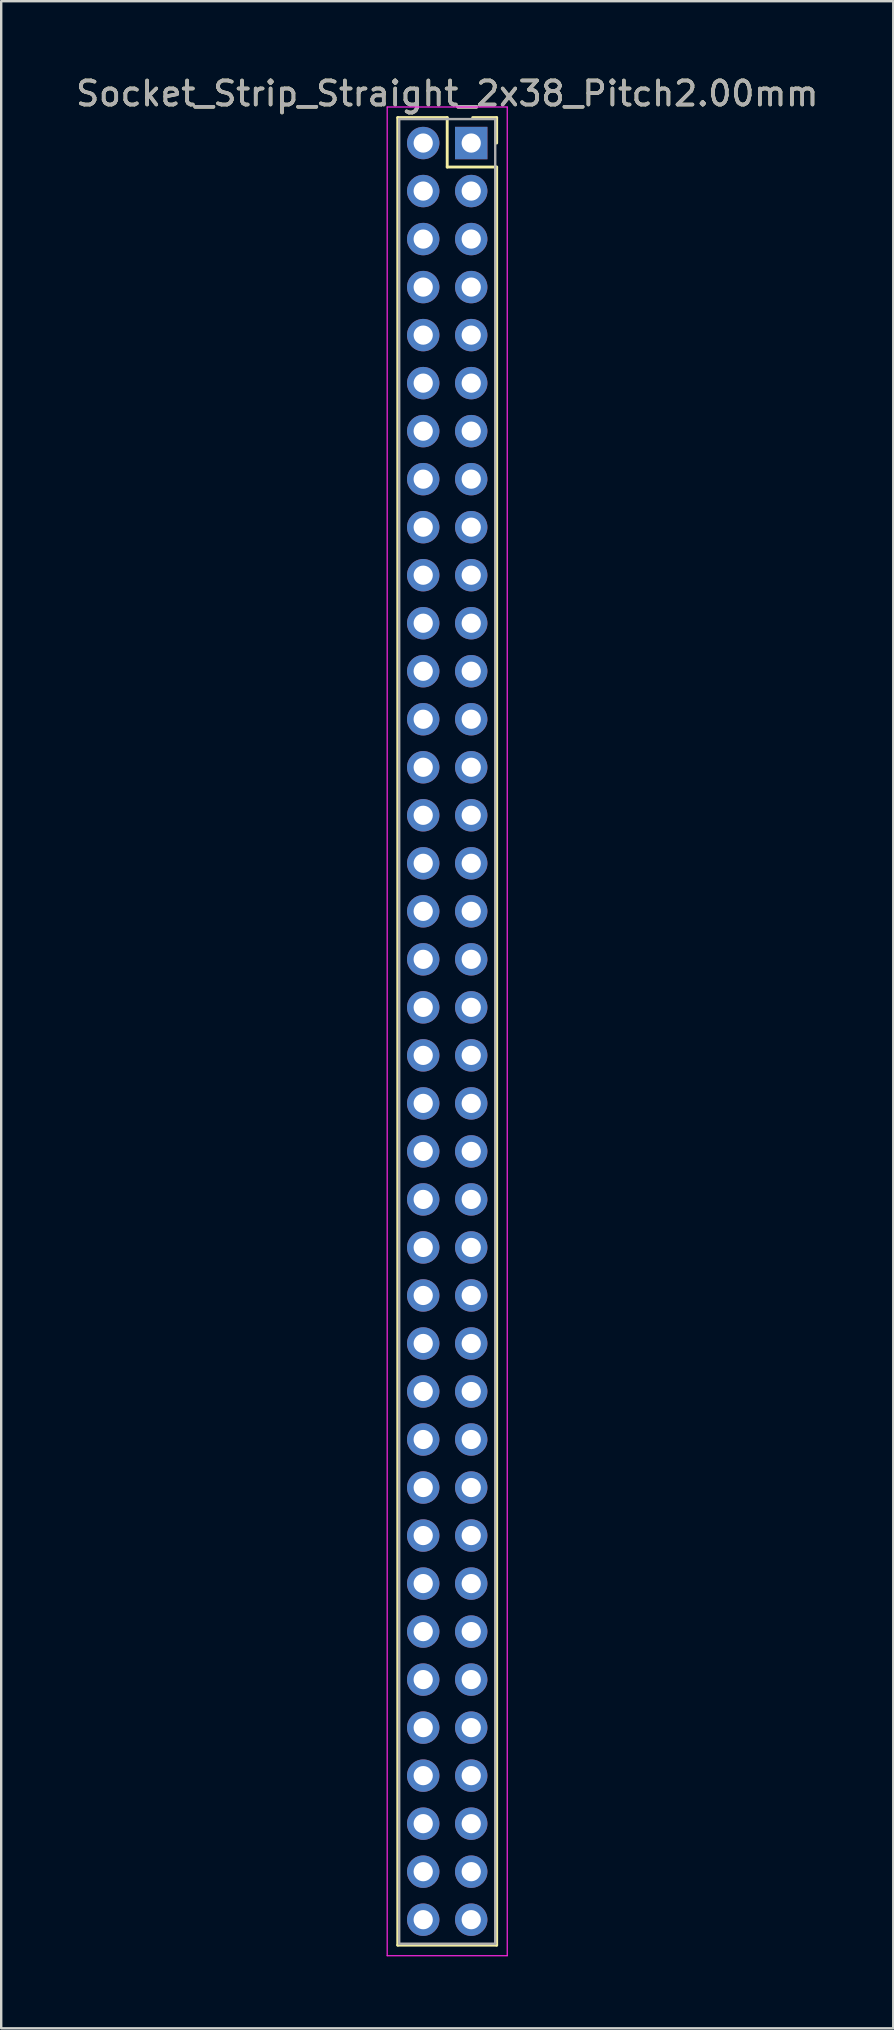
<source format=kicad_pcb>
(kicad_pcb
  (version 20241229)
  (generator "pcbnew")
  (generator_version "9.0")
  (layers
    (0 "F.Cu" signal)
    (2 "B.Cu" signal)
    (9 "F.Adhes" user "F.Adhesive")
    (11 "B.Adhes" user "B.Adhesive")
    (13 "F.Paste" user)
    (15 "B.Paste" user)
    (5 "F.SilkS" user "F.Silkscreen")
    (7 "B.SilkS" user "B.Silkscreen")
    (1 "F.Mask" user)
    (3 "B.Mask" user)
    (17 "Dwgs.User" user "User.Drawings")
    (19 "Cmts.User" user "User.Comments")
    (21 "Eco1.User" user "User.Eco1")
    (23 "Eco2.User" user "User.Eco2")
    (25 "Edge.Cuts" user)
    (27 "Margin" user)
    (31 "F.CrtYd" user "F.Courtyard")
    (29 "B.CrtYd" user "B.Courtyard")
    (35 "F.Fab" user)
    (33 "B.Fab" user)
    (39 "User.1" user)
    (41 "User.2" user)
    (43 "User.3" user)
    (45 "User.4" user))
  (footprint "Socket_Strip_Straight_2x38_Pitch2.00mm"
    (layer "F.Cu")
    (at 16.577 2.908)
    (property "Reference" "Socket_Strip_Straight_2x38_Pitch2.00mm" (at -1 -2.06 0) (layer "F.SilkS") (effects (font (size 1 1) (thickness 0.15))))
    (attr through_hole)
    (fp_line (start -3.06 -1.06) (end -1 -1.06) (stroke (width 0.12) (type solid)) (layer "F.SilkS"))
    (fp_line (start -3.06 75.06) (end -3.06 -1.06) (stroke (width 0.12) (type solid)) (layer "F.SilkS"))
    (fp_line (start -1 -1.06) (end -1 1) (stroke (width 0.12) (type solid)) (layer "F.SilkS"))
    (fp_line (start -1 1) (end 1.06 1) (stroke (width 0.12) (type solid)) (layer "F.SilkS"))
    (fp_line (start 1.06 -1.06) (end 0.06 -1.06) (stroke (width 0.12) (type solid)) (layer "F.SilkS"))
    (fp_line (start 1.06 0) (end 1.06 -1.06) (stroke (width 0.12) (type solid)) (layer "F.SilkS"))
    (fp_line (start 1.06 1) (end 1.06 75.06) (stroke (width 0.12) (type solid)) (layer "F.SilkS"))
    (fp_line (start 1.06 75.06) (end -3.06 75.06) (stroke (width 0.12) (type solid)) (layer "F.SilkS"))
    (fp_line (start -3.5 -1.5) (end -3.5 75.5) (stroke (width 0.05) (type solid)) (layer "F.CrtYd"))
    (fp_line (start -3.5 75.5) (end 1.5 75.5) (stroke (width 0.05) (type solid)) (layer "F.CrtYd"))
    (fp_line (start 1.5 -1.5) (end -3.5 -1.5) (stroke (width 0.05) (type solid)) (layer "F.CrtYd"))
    (fp_line (start 1.5 75.5) (end 1.5 -1.5) (stroke (width 0.05) (type solid)) (layer "F.CrtYd"))
    (fp_line (start -3 -1) (end -3 75) (stroke (width 0.1) (type solid)) (layer "F.Fab"))
    (fp_line (start -3 75) (end 1 75) (stroke (width 0.1) (type solid)) (layer "F.Fab"))
    (fp_line (start 1 -1) (end -3 -1) (stroke (width 0.1) (type solid)) (layer "F.Fab"))
    (fp_line (start 1 75) (end 1 -1) (stroke (width 0.1) (type solid)) (layer "F.Fab"))
    (fp_text user "${REFERENCE}" (at -1 -2.06 0) (layer "F.Fab") (effects (font (size 1 1) (thickness 0.15))))
    (pad "1" thru_hole rect (at 0 0) (size 1.35 1.35) (drill 0.8) (layers "*.Cu" "*.Mask"))
    (pad "2" thru_hole oval (at -2 0) (size 1.35 1.35) (drill 0.8) (layers "*.Cu" "*.Mask"))
    (pad "3" thru_hole oval (at 0 2) (size 1.35 1.35) (drill 0.8) (layers "*.Cu" "*.Mask"))
    (pad "4" thru_hole oval (at -2 2) (size 1.35 1.35) (drill 0.8) (layers "*.Cu" "*.Mask"))
    (pad "5" thru_hole oval (at 0 4) (size 1.35 1.35) (drill 0.8) (layers "*.Cu" "*.Mask"))
    (pad "6" thru_hole oval (at -2 4) (size 1.35 1.35) (drill 0.8) (layers "*.Cu" "*.Mask"))
    (pad "7" thru_hole oval (at 0 6) (size 1.35 1.35) (drill 0.8) (layers "*.Cu" "*.Mask"))
    (pad "8" thru_hole oval (at -2 6) (size 1.35 1.35) (drill 0.8) (layers "*.Cu" "*.Mask"))
    (pad "9" thru_hole oval (at 0 8) (size 1.35 1.35) (drill 0.8) (layers "*.Cu" "*.Mask"))
    (pad "10" thru_hole oval (at -2 8) (size 1.35 1.35) (drill 0.8) (layers "*.Cu" "*.Mask"))
    (pad "11" thru_hole oval (at 0 10) (size 1.35 1.35) (drill 0.8) (layers "*.Cu" "*.Mask"))
    (pad "12" thru_hole oval (at -2 10) (size 1.35 1.35) (drill 0.8) (layers "*.Cu" "*.Mask"))
    (pad "13" thru_hole oval (at 0 12) (size 1.35 1.35) (drill 0.8) (layers "*.Cu" "*.Mask"))
    (pad "14" thru_hole oval (at -2 12) (size 1.35 1.35) (drill 0.8) (layers "*.Cu" "*.Mask"))
    (pad "15" thru_hole oval (at 0 14) (size 1.35 1.35) (drill 0.8) (layers "*.Cu" "*.Mask"))
    (pad "16" thru_hole oval (at -2 14) (size 1.35 1.35) (drill 0.8) (layers "*.Cu" "*.Mask"))
    (pad "17" thru_hole oval (at 0 16) (size 1.35 1.35) (drill 0.8) (layers "*.Cu" "*.Mask"))
    (pad "18" thru_hole oval (at -2 16) (size 1.35 1.35) (drill 0.8) (layers "*.Cu" "*.Mask"))
    (pad "19" thru_hole oval (at 0 18) (size 1.35 1.35) (drill 0.8) (layers "*.Cu" "*.Mask"))
    (pad "20" thru_hole oval (at -2 18) (size 1.35 1.35) (drill 0.8) (layers "*.Cu" "*.Mask"))
    (pad "21" thru_hole oval (at 0 20) (size 1.35 1.35) (drill 0.8) (layers "*.Cu" "*.Mask"))
    (pad "22" thru_hole oval (at -2 20) (size 1.35 1.35) (drill 0.8) (layers "*.Cu" "*.Mask"))
    (pad "23" thru_hole oval (at 0 22) (size 1.35 1.35) (drill 0.8) (layers "*.Cu" "*.Mask"))
    (pad "24" thru_hole oval (at -2 22) (size 1.35 1.35) (drill 0.8) (layers "*.Cu" "*.Mask"))
    (pad "25" thru_hole oval (at 0 24) (size 1.35 1.35) (drill 0.8) (layers "*.Cu" "*.Mask"))
    (pad "26" thru_hole oval (at -2 24) (size 1.35 1.35) (drill 0.8) (layers "*.Cu" "*.Mask"))
    (pad "27" thru_hole oval (at 0 26) (size 1.35 1.35) (drill 0.8) (layers "*.Cu" "*.Mask"))
    (pad "28" thru_hole oval (at -2 26) (size 1.35 1.35) (drill 0.8) (layers "*.Cu" "*.Mask"))
    (pad "29" thru_hole oval (at 0 28) (size 1.35 1.35) (drill 0.8) (layers "*.Cu" "*.Mask"))
    (pad "30" thru_hole oval (at -2 28) (size 1.35 1.35) (drill 0.8) (layers "*.Cu" "*.Mask"))
    (pad "31" thru_hole oval (at 0 30) (size 1.35 1.35) (drill 0.8) (layers "*.Cu" "*.Mask"))
    (pad "32" thru_hole oval (at -2 30) (size 1.35 1.35) (drill 0.8) (layers "*.Cu" "*.Mask"))
    (pad "33" thru_hole oval (at 0 32) (size 1.35 1.35) (drill 0.8) (layers "*.Cu" "*.Mask"))
    (pad "34" thru_hole oval (at -2 32) (size 1.35 1.35) (drill 0.8) (layers "*.Cu" "*.Mask"))
    (pad "35" thru_hole oval (at 0 34) (size 1.35 1.35) (drill 0.8) (layers "*.Cu" "*.Mask"))
    (pad "36" thru_hole oval (at -2 34) (size 1.35 1.35) (drill 0.8) (layers "*.Cu" "*.Mask"))
    (pad "37" thru_hole oval (at 0 36) (size 1.35 1.35) (drill 0.8) (layers "*.Cu" "*.Mask"))
    (pad "38" thru_hole oval (at -2 36) (size 1.35 1.35) (drill 0.8) (layers "*.Cu" "*.Mask"))
    (pad "39" thru_hole oval (at 0 38) (size 1.35 1.35) (drill 0.8) (layers "*.Cu" "*.Mask"))
    (pad "40" thru_hole oval (at -2 38) (size 1.35 1.35) (drill 0.8) (layers "*.Cu" "*.Mask"))
    (pad "41" thru_hole oval (at 0 40) (size 1.35 1.35) (drill 0.8) (layers "*.Cu" "*.Mask"))
    (pad "42" thru_hole oval (at -2 40) (size 1.35 1.35) (drill 0.8) (layers "*.Cu" "*.Mask"))
    (pad "43" thru_hole oval (at 0 42) (size 1.35 1.35) (drill 0.8) (layers "*.Cu" "*.Mask"))
    (pad "44" thru_hole oval (at -2 42) (size 1.35 1.35) (drill 0.8) (layers "*.Cu" "*.Mask"))
    (pad "45" thru_hole oval (at 0 44) (size 1.35 1.35) (drill 0.8) (layers "*.Cu" "*.Mask"))
    (pad "46" thru_hole oval (at -2 44) (size 1.35 1.35) (drill 0.8) (layers "*.Cu" "*.Mask"))
    (pad "47" thru_hole oval (at 0 46) (size 1.35 1.35) (drill 0.8) (layers "*.Cu" "*.Mask"))
    (pad "48" thru_hole oval (at -2 46) (size 1.35 1.35) (drill 0.8) (layers "*.Cu" "*.Mask"))
    (pad "49" thru_hole oval (at 0 48) (size 1.35 1.35) (drill 0.8) (layers "*.Cu" "*.Mask"))
    (pad "50" thru_hole oval (at -2 48) (size 1.35 1.35) (drill 0.8) (layers "*.Cu" "*.Mask"))
    (pad "51" thru_hole oval (at 0 50) (size 1.35 1.35) (drill 0.8) (layers "*.Cu" "*.Mask"))
    (pad "52" thru_hole oval (at -2 50) (size 1.35 1.35) (drill 0.8) (layers "*.Cu" "*.Mask"))
    (pad "53" thru_hole oval (at 0 52) (size 1.35 1.35) (drill 0.8) (layers "*.Cu" "*.Mask"))
    (pad "54" thru_hole oval (at -2 52) (size 1.35 1.35) (drill 0.8) (layers "*.Cu" "*.Mask"))
    (pad "55" thru_hole oval (at 0 54) (size 1.35 1.35) (drill 0.8) (layers "*.Cu" "*.Mask"))
    (pad "56" thru_hole oval (at -2 54) (size 1.35 1.35) (drill 0.8) (layers "*.Cu" "*.Mask"))
    (pad "57" thru_hole oval (at 0 56) (size 1.35 1.35) (drill 0.8) (layers "*.Cu" "*.Mask"))
    (pad "58" thru_hole oval (at -2 56) (size 1.35 1.35) (drill 0.8) (layers "*.Cu" "*.Mask"))
    (pad "59" thru_hole oval (at 0 58) (size 1.35 1.35) (drill 0.8) (layers "*.Cu" "*.Mask"))
    (pad "60" thru_hole oval (at -2 58) (size 1.35 1.35) (drill 0.8) (layers "*.Cu" "*.Mask"))
    (pad "61" thru_hole oval (at 0 60) (size 1.35 1.35) (drill 0.8) (layers "*.Cu" "*.Mask"))
    (pad "62" thru_hole oval (at -2 60) (size 1.35 1.35) (drill 0.8) (layers "*.Cu" "*.Mask"))
    (pad "63" thru_hole oval (at 0 62) (size 1.35 1.35) (drill 0.8) (layers "*.Cu" "*.Mask"))
    (pad "64" thru_hole oval (at -2 62) (size 1.35 1.35) (drill 0.8) (layers "*.Cu" "*.Mask"))
    (pad "65" thru_hole oval (at 0 64) (size 1.35 1.35) (drill 0.8) (layers "*.Cu" "*.Mask"))
    (pad "66" thru_hole oval (at -2 64) (size 1.35 1.35) (drill 0.8) (layers "*.Cu" "*.Mask"))
    (pad "67" thru_hole oval (at 0 66) (size 1.35 1.35) (drill 0.8) (layers "*.Cu" "*.Mask"))
    (pad "68" thru_hole oval (at -2 66) (size 1.35 1.35) (drill 0.8) (layers "*.Cu" "*.Mask"))
    (pad "69" thru_hole oval (at 0 68) (size 1.35 1.35) (drill 0.8) (layers "*.Cu" "*.Mask"))
    (pad "70" thru_hole oval (at -2 68) (size 1.35 1.35) (drill 0.8) (layers "*.Cu" "*.Mask"))
    (pad "71" thru_hole oval (at 0 70) (size 1.35 1.35) (drill 0.8) (layers "*.Cu" "*.Mask"))
    (pad "72" thru_hole oval (at -2 70) (size 1.35 1.35) (drill 0.8) (layers "*.Cu" "*.Mask"))
    (pad "73" thru_hole oval (at 0 72) (size 1.35 1.35) (drill 0.8) (layers "*.Cu" "*.Mask"))
    (pad "74" thru_hole oval (at -2 72) (size 1.35 1.35) (drill 0.8) (layers "*.Cu" "*.Mask"))
    (pad "75" thru_hole oval (at 0 74) (size 1.35 1.35) (drill 0.8) (layers "*.Cu" "*.Mask"))
    (pad "76" thru_hole oval (at -2 74) (size 1.35 1.35) (drill 0.8) (layers "*.Cu" "*.Mask")))
  (gr_rect
    (start -3 -3)
    (end 34.155 81.433)
    (stroke (width 0.1) (type default))
    (fill no)
    (layer "Edge.Cuts")))
</source>
